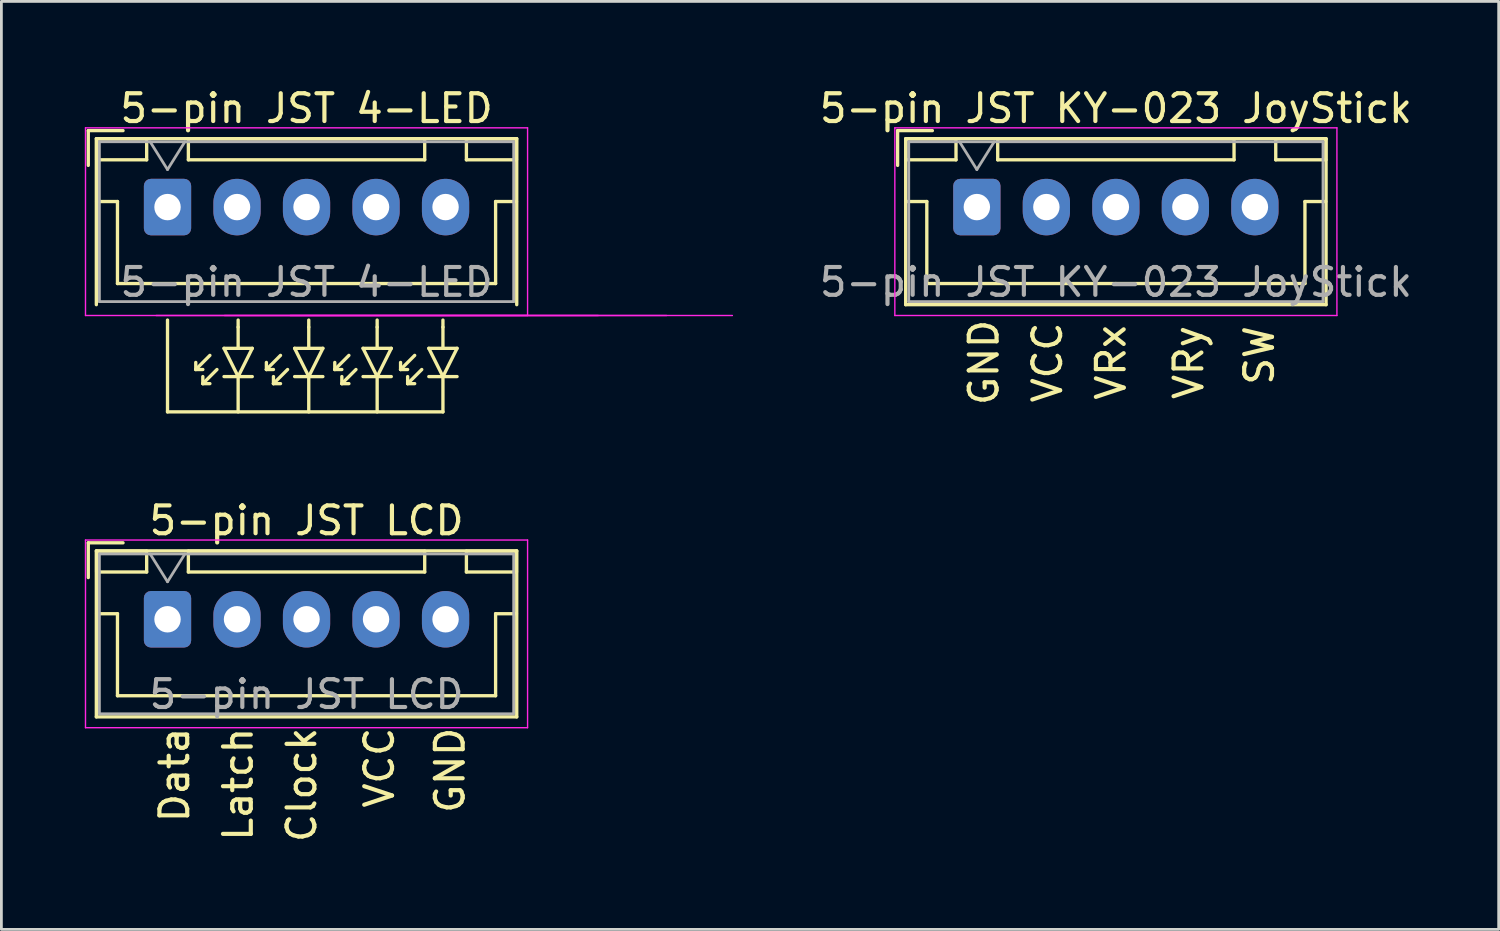
<source format=kicad_pcb>
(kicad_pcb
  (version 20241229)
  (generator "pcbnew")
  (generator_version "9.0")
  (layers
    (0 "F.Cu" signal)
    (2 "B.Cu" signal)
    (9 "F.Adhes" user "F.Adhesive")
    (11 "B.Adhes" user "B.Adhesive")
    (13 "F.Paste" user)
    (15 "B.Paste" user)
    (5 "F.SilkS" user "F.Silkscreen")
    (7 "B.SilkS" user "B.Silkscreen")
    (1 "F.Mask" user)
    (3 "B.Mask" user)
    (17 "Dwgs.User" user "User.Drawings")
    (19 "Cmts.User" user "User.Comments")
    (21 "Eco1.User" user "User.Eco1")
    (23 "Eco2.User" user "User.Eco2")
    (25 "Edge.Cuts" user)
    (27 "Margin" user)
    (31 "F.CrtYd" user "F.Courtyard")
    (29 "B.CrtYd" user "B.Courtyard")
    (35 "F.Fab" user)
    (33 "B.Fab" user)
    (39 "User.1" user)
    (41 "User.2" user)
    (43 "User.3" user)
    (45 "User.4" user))
  (footprint "5-pin JST LCD"
    (layer "F.Cu")
    (at 2.975 19.223)
    (property "Reference" "5-pin JST LCD" (at 5 -3.55 0) (layer "F.SilkS") (effects (font (size 1 1) (thickness 0.15))))
    (attr through_hole)
    (fp_line (start -2.85 -2.75) (end -2.85 -1.5) (stroke (width 0.12) (type solid)) (layer "F.SilkS"))
    (fp_line (start -2.56 -2.46) (end -2.56 3.51) (stroke (width 0.12) (type solid)) (layer "F.SilkS"))
    (fp_line (start -2.56 3.51) (end 12.56 3.51) (stroke (width 0.12) (type solid)) (layer "F.SilkS"))
    (fp_line (start -2.55 -2.45) (end -2.55 -1.7) (stroke (width 0.12) (type solid)) (layer "F.SilkS"))
    (fp_line (start -2.55 -1.7) (end -0.75 -1.7) (stroke (width 0.12) (type solid)) (layer "F.SilkS"))
    (fp_line (start -2.55 -0.2) (end -1.8 -0.2) (stroke (width 0.12) (type solid)) (layer "F.SilkS"))
    (fp_line (start -1.8 -0.2) (end -1.8 2.75) (stroke (width 0.12) (type solid)) (layer "F.SilkS"))
    (fp_line (start -1.8 2.75) (end 5 2.75) (stroke (width 0.12) (type solid)) (layer "F.SilkS"))
    (fp_line (start -1.6 -2.75) (end -2.85 -2.75) (stroke (width 0.12) (type solid)) (layer "F.SilkS"))
    (fp_line (start -0.75 -2.45) (end -2.55 -2.45) (stroke (width 0.12) (type solid)) (layer "F.SilkS"))
    (fp_line (start -0.75 -1.7) (end -0.75 -2.45) (stroke (width 0.12) (type solid)) (layer "F.SilkS"))
    (fp_line (start 0.75 -2.45) (end 0.75 -1.7) (stroke (width 0.12) (type solid)) (layer "F.SilkS"))
    (fp_line (start 0.75 -1.7) (end 9.25 -1.7) (stroke (width 0.12) (type solid)) (layer "F.SilkS"))
    (fp_line (start 9.25 -2.45) (end 0.75 -2.45) (stroke (width 0.12) (type solid)) (layer "F.SilkS"))
    (fp_line (start 9.25 -1.7) (end 9.25 -2.45) (stroke (width 0.12) (type solid)) (layer "F.SilkS"))
    (fp_line (start 10.75 -2.45) (end 10.75 -1.7) (stroke (width 0.12) (type solid)) (layer "F.SilkS"))
    (fp_line (start 10.75 -1.7) (end 12.55 -1.7) (stroke (width 0.12) (type solid)) (layer "F.SilkS"))
    (fp_line (start 11.8 -0.2) (end 11.8 2.75) (stroke (width 0.12) (type solid)) (layer "F.SilkS"))
    (fp_line (start 11.8 2.75) (end 5 2.75) (stroke (width 0.12) (type solid)) (layer "F.SilkS"))
    (fp_line (start 12.55 -2.45) (end 10.75 -2.45) (stroke (width 0.12) (type solid)) (layer "F.SilkS"))
    (fp_line (start 12.55 -1.7) (end 12.55 -2.45) (stroke (width 0.12) (type solid)) (layer "F.SilkS"))
    (fp_line (start 12.55 -0.2) (end 11.8 -0.2) (stroke (width 0.12) (type solid)) (layer "F.SilkS"))
    (fp_line (start 12.56 -2.46) (end -2.56 -2.46) (stroke (width 0.12) (type solid)) (layer "F.SilkS"))
    (fp_line (start 12.56 3.51) (end 12.56 -2.46) (stroke (width 0.12) (type solid)) (layer "F.SilkS"))
    (fp_line (start -2.95 -2.85) (end -2.95 3.9) (stroke (width 0.05) (type solid)) (layer "F.CrtYd"))
    (fp_line (start -2.95 3.9) (end 12.95 3.9) (stroke (width 0.05) (type solid)) (layer "F.CrtYd"))
    (fp_line (start 12.95 -2.85) (end -2.95 -2.85) (stroke (width 0.05) (type solid)) (layer "F.CrtYd"))
    (fp_line (start 12.95 3.9) (end 12.95 -2.85) (stroke (width 0.05) (type solid)) (layer "F.CrtYd"))
    (fp_line (start -2.45 -2.35) (end -2.45 3.4) (stroke (width 0.1) (type solid)) (layer "F.Fab"))
    (fp_line (start -2.45 3.4) (end 12.45 3.4) (stroke (width 0.1) (type solid)) (layer "F.Fab"))
    (fp_line (start -0.625 -2.35) (end 0 -1.35) (stroke (width 0.1) (type solid)) (layer "F.Fab"))
    (fp_line (start 0 -1.35) (end 0.625 -2.35) (stroke (width 0.1) (type solid)) (layer "F.Fab"))
    (fp_line (start 12.45 -2.35) (end -2.45 -2.35) (stroke (width 0.1) (type solid)) (layer "F.Fab"))
    (fp_line (start 12.45 3.4) (end 12.45 -2.35) (stroke (width 0.1) (type solid)) (layer "F.Fab"))
    (fp_text user "Latch" (at 2.54 3.81 90) (unlocked yes) (layer "F.SilkS") (effects (font (size 1 1) (thickness 0.15)) (justify right)))
    (fp_text user "Clock" (at 4.826 3.81 90) (unlocked yes) (layer "F.SilkS") (effects (font (size 1 1) (thickness 0.15)) (justify right)))
    (fp_text user "VCC" (at 7.62 3.81 90) (unlocked yes) (layer "F.SilkS") (effects (font (size 1 1) (thickness 0.15)) (justify right)))
    (fp_text user "GND" (at 10.16 3.81 90) (unlocked yes) (layer "F.SilkS") (effects (font (size 1 1) (thickness 0.15)) (justify right)))
    (fp_text user "Data" (at 0.254 3.81 90) (unlocked yes) (layer "F.SilkS") (effects (font (size 1 1) (thickness 0.15)) (justify right)))
    (fp_text user "${REFERENCE}" (at 5 2.7 0) (layer "F.Fab") (effects (font (size 1 1) (thickness 0.15))))
    (pad "1" thru_hole roundrect (at 0 0) (size 1.7 2.032) (drill 0.95) (layers "*.Cu" "*.Mask") (roundrect_rratio 0.147))
    (pad "2" thru_hole oval (at 2.5 0) (size 1.7 2.032) (drill 0.95) (layers "*.Cu" "*.Mask"))
    (pad "3" thru_hole oval (at 5 0) (size 1.7 2.032) (drill 0.95) (layers "*.Cu" "*.Mask"))
    (pad "4" thru_hole oval (at 7.5 0) (size 1.7 2.032) (drill 0.95) (layers "*.Cu" "*.Mask"))
    (pad "5" thru_hole oval (at 10 0) (size 1.7 2.032) (drill 0.95) (layers "*.Cu" "*.Mask")))
  (footprint "5-pin JST KY-023 JoyStick"
    (layer "F.Cu")
    (at 32.084 4.398)
    (property "Reference" "5-pin JST KY-023 JoyStick" (at 5 -3.55 0) (layer "F.SilkS") (effects (font (size 1 1) (thickness 0.15))))
    (attr through_hole)
    (fp_line (start -2.85 -2.75) (end -2.85 -1.5) (stroke (width 0.12) (type solid)) (layer "F.SilkS"))
    (fp_line (start -2.56 -2.46) (end -2.56 3.51) (stroke (width 0.12) (type solid)) (layer "F.SilkS"))
    (fp_line (start -2.56 3.51) (end 12.56 3.51) (stroke (width 0.12) (type solid)) (layer "F.SilkS"))
    (fp_line (start -2.55 -2.45) (end -2.55 -1.7) (stroke (width 0.12) (type solid)) (layer "F.SilkS"))
    (fp_line (start -2.55 -1.7) (end -0.75 -1.7) (stroke (width 0.12) (type solid)) (layer "F.SilkS"))
    (fp_line (start -2.55 -0.2) (end -1.8 -0.2) (stroke (width 0.12) (type solid)) (layer "F.SilkS"))
    (fp_line (start -1.8 -0.2) (end -1.8 2.75) (stroke (width 0.12) (type solid)) (layer "F.SilkS"))
    (fp_line (start -1.8 2.75) (end 5 2.75) (stroke (width 0.12) (type solid)) (layer "F.SilkS"))
    (fp_line (start -1.6 -2.75) (end -2.85 -2.75) (stroke (width 0.12) (type solid)) (layer "F.SilkS"))
    (fp_line (start -0.75 -2.45) (end -2.55 -2.45) (stroke (width 0.12) (type solid)) (layer "F.SilkS"))
    (fp_line (start -0.75 -1.7) (end -0.75 -2.45) (stroke (width 0.12) (type solid)) (layer "F.SilkS"))
    (fp_line (start 0.75 -2.45) (end 0.75 -1.7) (stroke (width 0.12) (type solid)) (layer "F.SilkS"))
    (fp_line (start 0.75 -1.7) (end 9.25 -1.7) (stroke (width 0.12) (type solid)) (layer "F.SilkS"))
    (fp_line (start 9.25 -2.45) (end 0.75 -2.45) (stroke (width 0.12) (type solid)) (layer "F.SilkS"))
    (fp_line (start 9.25 -1.7) (end 9.25 -2.45) (stroke (width 0.12) (type solid)) (layer "F.SilkS"))
    (fp_line (start 10.75 -2.45) (end 10.75 -1.7) (stroke (width 0.12) (type solid)) (layer "F.SilkS"))
    (fp_line (start 10.75 -1.7) (end 12.55 -1.7) (stroke (width 0.12) (type solid)) (layer "F.SilkS"))
    (fp_line (start 11.8 -0.2) (end 11.8 2.75) (stroke (width 0.12) (type solid)) (layer "F.SilkS"))
    (fp_line (start 11.8 2.75) (end 5 2.75) (stroke (width 0.12) (type solid)) (layer "F.SilkS"))
    (fp_line (start 12.55 -2.45) (end 10.75 -2.45) (stroke (width 0.12) (type solid)) (layer "F.SilkS"))
    (fp_line (start 12.55 -1.7) (end 12.55 -2.45) (stroke (width 0.12) (type solid)) (layer "F.SilkS"))
    (fp_line (start 12.55 -0.2) (end 11.8 -0.2) (stroke (width 0.12) (type solid)) (layer "F.SilkS"))
    (fp_line (start 12.56 -2.46) (end -2.56 -2.46) (stroke (width 0.12) (type solid)) (layer "F.SilkS"))
    (fp_line (start 12.56 3.51) (end 12.56 -2.46) (stroke (width 0.12) (type solid)) (layer "F.SilkS"))
    (fp_line (start -2.95 -2.85) (end -2.95 3.9) (stroke (width 0.05) (type solid)) (layer "F.CrtYd"))
    (fp_line (start -2.95 3.9) (end 12.95 3.9) (stroke (width 0.05) (type solid)) (layer "F.CrtYd"))
    (fp_line (start 12.95 -2.85) (end -2.95 -2.85) (stroke (width 0.05) (type solid)) (layer "F.CrtYd"))
    (fp_line (start 12.95 3.9) (end 12.95 -2.85) (stroke (width 0.05) (type solid)) (layer "F.CrtYd"))
    (fp_line (start -2.45 -2.35) (end -2.45 3.4) (stroke (width 0.1) (type solid)) (layer "F.Fab"))
    (fp_line (start -2.45 3.4) (end 12.45 3.4) (stroke (width 0.1) (type solid)) (layer "F.Fab"))
    (fp_line (start -0.625 -2.35) (end 0 -1.35) (stroke (width 0.1) (type solid)) (layer "F.Fab"))
    (fp_line (start 0 -1.35) (end 0.625 -2.35) (stroke (width 0.1) (type solid)) (layer "F.Fab"))
    (fp_line (start 12.45 -2.35) (end -2.45 -2.35) (stroke (width 0.1) (type solid)) (layer "F.Fab"))
    (fp_line (start 12.45 3.4) (end 12.45 -2.35) (stroke (width 0.1) (type solid)) (layer "F.Fab"))
    (fp_text user "SW" (at 10.16 5.334 90) (unlocked yes) (layer "F.SilkS") (effects (font (size 1 1) (thickness 0.15))))
    (fp_text user "VRx" (at 4.826 5.588 90) (unlocked yes) (layer "F.SilkS") (effects (font (size 1 1) (thickness 0.15))))
    (fp_text user "VRy" (at 7.62 5.588 90) (unlocked yes) (layer "F.SilkS") (effects (font (size 1 1) (thickness 0.15))))
    (fp_text user "GND" (at 0.254 5.588 90) (unlocked yes) (layer "F.SilkS") (effects (font (size 1 1) (thickness 0.15))))
    (fp_text user "VCC" (at 2.54 5.588 90) (unlocked yes) (layer "F.SilkS") (effects (font (size 1 1) (thickness 0.15))))
    (fp_text user "${REFERENCE}" (at 5 2.7 0) (layer "F.Fab") (effects (font (size 1 1) (thickness 0.15))))
    (pad "1" thru_hole roundrect (at 0 0) (size 1.7 2.032) (drill 0.95) (layers "*.Cu" "*.Mask") (roundrect_rratio 0.147))
    (pad "2" thru_hole oval (at 2.5 0) (size 1.7 2.032) (drill 0.95) (layers "*.Cu" "*.Mask"))
    (pad "3" thru_hole oval (at 5 0) (size 1.7 2.032) (drill 0.95) (layers "*.Cu" "*.Mask"))
    (pad "4" thru_hole oval (at 7.5 0) (size 1.7 2.032) (drill 0.95) (layers "*.Cu" "*.Mask"))
    (pad "5" thru_hole oval (at 10 0) (size 1.7 2.032) (drill 0.95) (layers "*.Cu" "*.Mask")))
  (footprint "5-pin JST 4-LED"
    (layer "F.Cu")
    (at 2.975 4.398)
    (property "Reference" "5-pin JST 4-LED" (at 5 -3.55 0) (layer "F.SilkS") (effects (font (size 1 1) (thickness 0.15))))
    (attr through_hole)
    (fp_line (start -2.85 -2.75) (end -2.85 -1.5) (stroke (width 0.12) (type solid)) (layer "F.SilkS"))
    (fp_line (start -2.56 -2.46) (end -2.56 3.51) (stroke (width 0.12) (type solid)) (layer "F.SilkS"))
    (fp_line (start -2.55 -2.45) (end -2.55 -1.7) (stroke (width 0.12) (type solid)) (layer "F.SilkS"))
    (fp_line (start -2.55 -1.7) (end -0.75 -1.7) (stroke (width 0.12) (type solid)) (layer "F.SilkS"))
    (fp_line (start -2.55 -0.2) (end -1.8 -0.2) (stroke (width 0.12) (type solid)) (layer "F.SilkS"))
    (fp_line (start -1.8 -0.2) (end -1.8 2.75) (stroke (width 0.12) (type solid)) (layer "F.SilkS"))
    (fp_line (start -1.8 2.75) (end 5 2.75) (stroke (width 0.12) (type solid)) (layer "F.SilkS"))
    (fp_line (start -1.6 -2.75) (end -2.85 -2.75) (stroke (width 0.12) (type solid)) (layer "F.SilkS"))
    (fp_line (start -0.75 -2.45) (end -2.55 -2.45) (stroke (width 0.12) (type solid)) (layer "F.SilkS"))
    (fp_line (start -0.75 -1.7) (end -0.75 -2.45) (stroke (width 0.12) (type solid)) (layer "F.SilkS"))
    (fp_line (start 0 7.366) (end 0 4.064) (stroke (width 0.12) (type solid)) (layer "F.SilkS"))
    (fp_line (start 0.75 -2.45) (end 0.75 -1.7) (stroke (width 0.12) (type solid)) (layer "F.SilkS"))
    (fp_line (start 0.75 -1.7) (end 9.25 -1.7) (stroke (width 0.12) (type solid)) (layer "F.SilkS"))
    (fp_line (start 1.016 5.842) (end 1.016 5.588) (stroke (width 0.12) (type solid)) (layer "F.SilkS"))
    (fp_line (start 1.016 5.842) (end 1.27 5.842) (stroke (width 0.12) (type solid)) (layer "F.SilkS"))
    (fp_line (start 1.27 6.35) (end 1.27 6.096) (stroke (width 0.12) (type solid)) (layer "F.SilkS"))
    (fp_line (start 1.27 6.35) (end 1.524 6.35) (stroke (width 0.12) (type solid)) (layer "F.SilkS"))
    (fp_line (start 1.524 5.334) (end 1.016 5.842) (stroke (width 0.12) (type solid)) (layer "F.SilkS"))
    (fp_line (start 1.778 5.842) (end 1.27 6.35) (stroke (width 0.12) (type solid)) (layer "F.SilkS"))
    (fp_line (start 2.032 5.08) (end 2.54 6.096) (stroke (width 0.12) (type solid)) (layer "F.SilkS"))
    (fp_line (start 2.032 6.096) (end 3.048 6.096) (stroke (width 0.12) (type solid)) (layer "F.SilkS"))
    (fp_line (start 2.54 4.318) (end 2.54 4.064) (stroke (width 0.12) (type solid)) (layer "F.SilkS"))
    (fp_line (start 2.54 4.318) (end 2.54 5.08) (stroke (width 0.12) (type solid)) (layer "F.SilkS"))
    (fp_line (start 2.54 5.08) (end 2.032 5.08) (stroke (width 0.12) (type solid)) (layer "F.SilkS"))
    (fp_line (start 2.54 6.096) (end 2.54 7.366) (stroke (width 0.12) (type solid)) (layer "F.SilkS"))
    (fp_line (start 2.54 6.096) (end 3.048 5.08) (stroke (width 0.12) (type solid)) (layer "F.SilkS"))
    (fp_line (start 3.048 5.08) (end 2.54 5.08) (stroke (width 0.12) (type solid)) (layer "F.SilkS"))
    (fp_line (start 3.556 5.842) (end 3.556 5.588) (stroke (width 0.12) (type solid)) (layer "F.SilkS"))
    (fp_line (start 3.556 5.842) (end 3.81 5.842) (stroke (width 0.12) (type solid)) (layer "F.SilkS"))
    (fp_line (start 3.81 6.35) (end 3.81 6.096) (stroke (width 0.12) (type solid)) (layer "F.SilkS"))
    (fp_line (start 3.81 6.35) (end 4.064 6.35) (stroke (width 0.12) (type solid)) (layer "F.SilkS"))
    (fp_line (start 4.064 5.334) (end 3.556 5.842) (stroke (width 0.12) (type solid)) (layer "F.SilkS"))
    (fp_line (start 4.318 5.842) (end 3.81 6.35) (stroke (width 0.12) (type solid)) (layer "F.SilkS"))
    (fp_line (start 4.572 5.08) (end 5.08 6.096) (stroke (width 0.12) (type solid)) (layer "F.SilkS"))
    (fp_line (start 4.572 6.096) (end 5.588 6.096) (stroke (width 0.12) (type solid)) (layer "F.SilkS"))
    (fp_line (start 5.08 4.318) (end 5.08 4.064) (stroke (width 0.12) (type solid)) (layer "F.SilkS"))
    (fp_line (start 5.08 4.318) (end 5.08 5.08) (stroke (width 0.12) (type solid)) (layer "F.SilkS"))
    (fp_line (start 5.08 5.08) (end 4.572 5.08) (stroke (width 0.12) (type solid)) (layer "F.SilkS"))
    (fp_line (start 5.08 6.096) (end 5.08 7.366) (stroke (width 0.12) (type solid)) (layer "F.SilkS"))
    (fp_line (start 5.08 6.096) (end 5.588 5.08) (stroke (width 0.12) (type solid)) (layer "F.SilkS"))
    (fp_line (start 5.588 5.08) (end 5.08 5.08) (stroke (width 0.12) (type solid)) (layer "F.SilkS"))
    (fp_line (start 6.016 5.842) (end 6.016 5.588) (stroke (width 0.12) (type solid)) (layer "F.SilkS"))
    (fp_line (start 6.016 5.842) (end 6.27 5.842) (stroke (width 0.12) (type solid)) (layer "F.SilkS"))
    (fp_line (start 6.27 6.35) (end 6.27 6.096) (stroke (width 0.12) (type solid)) (layer "F.SilkS"))
    (fp_line (start 6.27 6.35) (end 6.524 6.35) (stroke (width 0.12) (type solid)) (layer "F.SilkS"))
    (fp_line (start 6.524 5.334) (end 6.016 5.842) (stroke (width 0.12) (type solid)) (layer "F.SilkS"))
    (fp_line (start 6.778 5.842) (end 6.27 6.35) (stroke (width 0.12) (type solid)) (layer "F.SilkS"))
    (fp_line (start 7.032 5.08) (end 7.54 6.096) (stroke (width 0.12) (type solid)) (layer "F.SilkS"))
    (fp_line (start 7.032 6.096) (end 8.048 6.096) (stroke (width 0.12) (type solid)) (layer "F.SilkS"))
    (fp_line (start 7.54 4.318) (end 7.54 4.064) (stroke (width 0.12) (type solid)) (layer "F.SilkS"))
    (fp_line (start 7.54 4.318) (end 7.54 5.08) (stroke (width 0.12) (type solid)) (layer "F.SilkS"))
    (fp_line (start 7.54 5.08) (end 7.032 5.08) (stroke (width 0.12) (type solid)) (layer "F.SilkS"))
    (fp_line (start 7.54 6.096) (end 7.54 7.366) (stroke (width 0.12) (type solid)) (layer "F.SilkS"))
    (fp_line (start 7.54 6.096) (end 8.048 5.08) (stroke (width 0.12) (type solid)) (layer "F.SilkS"))
    (fp_line (start 8.048 5.08) (end 7.54 5.08) (stroke (width 0.12) (type solid)) (layer "F.SilkS"))
    (fp_line (start 8.382 5.842) (end 8.382 5.588) (stroke (width 0.12) (type solid)) (layer "F.SilkS"))
    (fp_line (start 8.382 5.842) (end 8.636 5.842) (stroke (width 0.12) (type solid)) (layer "F.SilkS"))
    (fp_line (start 8.636 6.35) (end 8.636 6.096) (stroke (width 0.12) (type solid)) (layer "F.SilkS"))
    (fp_line (start 8.636 6.35) (end 8.89 6.35) (stroke (width 0.12) (type solid)) (layer "F.SilkS"))
    (fp_line (start 8.89 5.334) (end 8.382 5.842) (stroke (width 0.12) (type solid)) (layer "F.SilkS"))
    (fp_line (start 9.144 5.842) (end 8.636 6.35) (stroke (width 0.12) (type solid)) (layer "F.SilkS"))
    (fp_line (start 9.25 -2.45) (end 0.75 -2.45) (stroke (width 0.12) (type solid)) (layer "F.SilkS"))
    (fp_line (start 9.25 -1.7) (end 9.25 -2.45) (stroke (width 0.12) (type solid)) (layer "F.SilkS"))
    (fp_line (start 9.398 5.08) (end 9.906 6.096) (stroke (width 0.12) (type solid)) (layer "F.SilkS"))
    (fp_line (start 9.398 6.096) (end 10.414 6.096) (stroke (width 0.12) (type solid)) (layer "F.SilkS"))
    (fp_line (start 9.906 4.318) (end 9.906 4.064) (stroke (width 0.12) (type solid)) (layer "F.SilkS"))
    (fp_line (start 9.906 4.318) (end 9.906 5.08) (stroke (width 0.12) (type solid)) (layer "F.SilkS"))
    (fp_line (start 9.906 5.08) (end 9.398 5.08) (stroke (width 0.12) (type solid)) (layer "F.SilkS"))
    (fp_line (start 9.906 6.096) (end 9.906 7.366) (stroke (width 0.12) (type solid)) (layer "F.SilkS"))
    (fp_line (start 9.906 6.096) (end 10.414 5.08) (stroke (width 0.12) (type solid)) (layer "F.SilkS"))
    (fp_line (start 9.906 7.366) (end 0 7.366) (stroke (width 0.12) (type solid)) (layer "F.SilkS"))
    (fp_line (start 10.414 5.08) (end 9.906 5.08) (stroke (width 0.12) (type solid)) (layer "F.SilkS"))
    (fp_line (start 10.75 -2.45) (end 10.75 -1.7) (stroke (width 0.12) (type solid)) (layer "F.SilkS"))
    (fp_line (start 10.75 -1.7) (end 12.55 -1.7) (stroke (width 0.12) (type solid)) (layer "F.SilkS"))
    (fp_line (start 11.8 -0.2) (end 11.8 2.75) (stroke (width 0.12) (type solid)) (layer "F.SilkS"))
    (fp_line (start 11.8 2.75) (end 5 2.75) (stroke (width 0.12) (type solid)) (layer "F.SilkS"))
    (fp_line (start 12.55 -2.45) (end 10.75 -2.45) (stroke (width 0.12) (type solid)) (layer "F.SilkS"))
    (fp_line (start 12.55 -1.7) (end 12.55 -2.45) (stroke (width 0.12) (type solid)) (layer "F.SilkS"))
    (fp_line (start 12.55 -0.2) (end 11.8 -0.2) (stroke (width 0.12) (type solid)) (layer "F.SilkS"))
    (fp_line (start 12.56 -2.46) (end -2.56 -2.46) (stroke (width 0.12) (type solid)) (layer "F.SilkS"))
    (fp_line (start 12.56 3.51) (end 12.56 -2.46) (stroke (width 0.12) (type solid)) (layer "F.SilkS"))
    (fp_line (start -2.95 -2.85) (end -2.95 3.9) (stroke (width 0.05) (type solid)) (layer "F.CrtYd"))
    (fp_line (start -2.95 3.9) (end 12.95 3.9) (stroke (width 0.05) (type solid)) (layer "F.CrtYd"))
    (fp_line (start -0.41 3.9) (end 15.49 3.9) (stroke (width 0.05) (type solid)) (layer "F.CrtYd"))
    (fp_line (start 2.05 3.9) (end 17.95 3.9) (stroke (width 0.05) (type solid)) (layer "F.CrtYd"))
    (fp_line (start 4.416 3.9) (end 20.316 3.9) (stroke (width 0.05) (type solid)) (layer "F.CrtYd"))
    (fp_line (start 12.95 -2.85) (end -2.95 -2.85) (stroke (width 0.05) (type solid)) (layer "F.CrtYd"))
    (fp_line (start 12.95 3.9) (end 12.95 -2.85) (stroke (width 0.05) (type solid)) (layer "F.CrtYd"))
    (fp_line (start -2.45 -2.35) (end -2.45 3.4) (stroke (width 0.1) (type solid)) (layer "F.Fab"))
    (fp_line (start -2.45 3.4) (end 12.45 3.4) (stroke (width 0.1) (type solid)) (layer "F.Fab"))
    (fp_line (start -0.625 -2.35) (end 0 -1.35) (stroke (width 0.1) (type solid)) (layer "F.Fab"))
    (fp_line (start 0 -1.35) (end 0.625 -2.35) (stroke (width 0.1) (type solid)) (layer "F.Fab"))
    (fp_line (start 12.45 -2.35) (end -2.45 -2.35) (stroke (width 0.1) (type solid)) (layer "F.Fab"))
    (fp_line (start 12.45 3.4) (end 12.45 -2.35) (stroke (width 0.1) (type solid)) (layer "F.Fab"))
    (fp_text user "${REFERENCE}" (at 5 2.7 0) (layer "F.Fab") (effects (font (size 1 1) (thickness 0.15))))
    (pad "1" thru_hole roundrect (at 0 0) (size 1.7 2.032) (drill 0.95) (layers "*.Cu" "*.Mask") (roundrect_rratio 0.147))
    (pad "2" thru_hole oval (at 2.5 0) (size 1.7 2.032) (drill 0.95) (layers "*.Cu" "*.Mask"))
    (pad "3" thru_hole oval (at 5 0) (size 1.7 2.032) (drill 0.95) (layers "*.Cu" "*.Mask"))
    (pad "4" thru_hole oval (at 7.5 0) (size 1.7 2.032) (drill 0.95) (layers "*.Cu" "*.Mask"))
    (pad "5" thru_hole oval (at 10 0) (size 1.7 2.032) (drill 0.95) (layers "*.Cu" "*.Mask")))
  (gr_rect
    (start -3 -3)
    (end 50.852 30.378)
    (stroke (width 0.1) (type default))
    (fill no)
    (layer "Edge.Cuts")))
</source>
